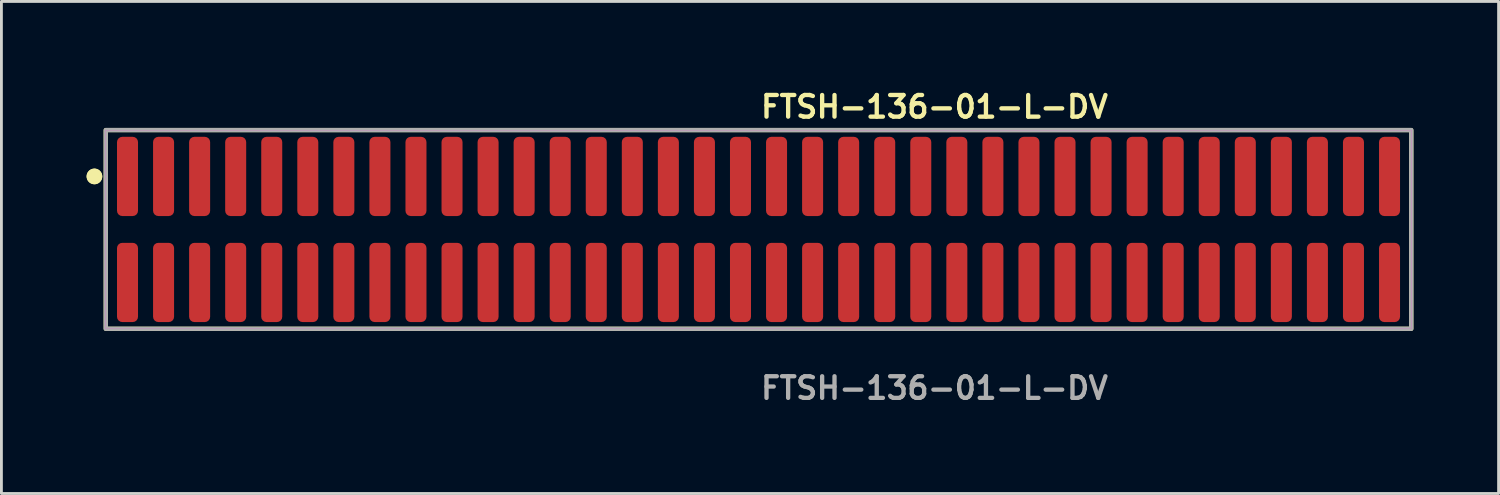
<source format=kicad_pcb>
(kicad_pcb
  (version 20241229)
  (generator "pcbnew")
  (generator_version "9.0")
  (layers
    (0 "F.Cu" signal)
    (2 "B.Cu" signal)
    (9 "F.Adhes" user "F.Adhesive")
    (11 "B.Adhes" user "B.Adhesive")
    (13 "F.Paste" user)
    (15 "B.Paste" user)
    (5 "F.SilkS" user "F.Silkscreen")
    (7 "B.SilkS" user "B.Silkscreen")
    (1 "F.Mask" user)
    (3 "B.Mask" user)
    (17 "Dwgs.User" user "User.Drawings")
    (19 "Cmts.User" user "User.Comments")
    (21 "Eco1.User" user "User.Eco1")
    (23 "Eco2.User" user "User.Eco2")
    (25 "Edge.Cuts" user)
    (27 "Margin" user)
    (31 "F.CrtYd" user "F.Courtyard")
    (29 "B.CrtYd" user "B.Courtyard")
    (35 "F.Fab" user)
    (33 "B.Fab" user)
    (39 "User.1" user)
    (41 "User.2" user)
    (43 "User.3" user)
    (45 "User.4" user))
  (footprint "FTSH-136-01-L-DV"
    (layer "F.Cu")
    (at 23.666 5.031)
    (property "Reference" "FTSH-136-01-L-DV" (at 0 -4.318 0) (unlocked yes) (layer "F.SilkS") (effects (font (size 0.762 0.762) (thickness 0.152)) (justify left)))
    (fp_rect (start -22.99 3.5) (end 22.99 -3.5) (stroke (width 0.152) (type solid)) (fill no) (layer "F.SilkS"))
    (fp_circle (center -23.39 -1.867) (end -23.59 -1.867) (stroke (width 0.152) (type solid)) (fill yes) (layer "F.SilkS"))
    (fp_circle (center -23.39 -1.867) (end -23.59 -1.867) (stroke (width 0.152) (type solid)) (fill yes) (layer "F.SilkS"))
    (fp_rect (start -22.99 3.5) (end 22.99 -3.5) (stroke (width 0.006) (type solid)) (fill no) (layer "F.CrtYd"))
    (fp_rect (start -22.99 3.5) (end 22.99 -3.5) (stroke (width 0.152) (type solid)) (fill no) (layer "F.Fab"))
    (fp_text user "${REFERENCE}" (at 0 5.588 0) (unlocked yes) (layer "F.Fab") (effects (font (size 0.762 0.762) (thickness 0.152)) (justify left)))
    (pad "1" smd roundrect (at -22.225 -1.867) (size 0.74 2.79) (layers "F.Cu" "F.Paste") (roundrect_rratio 0.25))
    (pad "2" smd roundrect (at -22.225 1.867) (size 0.74 2.79) (layers "F.Cu" "F.Paste") (roundrect_rratio 0.25))
    (pad "3" smd roundrect (at -20.955 -1.867) (size 0.74 2.79) (layers "F.Cu" "F.Paste") (roundrect_rratio 0.25))
    (pad "4" smd roundrect (at -20.955 1.867) (size 0.74 2.79) (layers "F.Cu" "F.Paste") (roundrect_rratio 0.25))
    (pad "5" smd roundrect (at -19.685 -1.867) (size 0.74 2.79) (layers "F.Cu" "F.Paste") (roundrect_rratio 0.25))
    (pad "6" smd roundrect (at -19.685 1.867) (size 0.74 2.79) (layers "F.Cu" "F.Paste") (roundrect_rratio 0.25))
    (pad "7" smd roundrect (at -18.415 -1.867) (size 0.74 2.79) (layers "F.Cu" "F.Paste") (roundrect_rratio 0.25))
    (pad "8" smd roundrect (at -18.415 1.867) (size 0.74 2.79) (layers "F.Cu" "F.Paste") (roundrect_rratio 0.25))
    (pad "9" smd roundrect (at -17.145 -1.867) (size 0.74 2.79) (layers "F.Cu" "F.Paste") (roundrect_rratio 0.25))
    (pad "10" smd roundrect (at -17.145 1.867) (size 0.74 2.79) (layers "F.Cu" "F.Paste") (roundrect_rratio 0.25))
    (pad "11" smd roundrect (at -15.875 -1.867) (size 0.74 2.79) (layers "F.Cu" "F.Paste") (roundrect_rratio 0.25))
    (pad "12" smd roundrect (at -15.875 1.867) (size 0.74 2.79) (layers "F.Cu" "F.Paste") (roundrect_rratio 0.25))
    (pad "13" smd roundrect (at -14.605 -1.867) (size 0.74 2.79) (layers "F.Cu" "F.Paste") (roundrect_rratio 0.25))
    (pad "14" smd roundrect (at -14.605 1.867) (size 0.74 2.79) (layers "F.Cu" "F.Paste") (roundrect_rratio 0.25))
    (pad "15" smd roundrect (at -13.335 -1.867) (size 0.74 2.79) (layers "F.Cu" "F.Paste") (roundrect_rratio 0.25))
    (pad "16" smd roundrect (at -13.335 1.867) (size 0.74 2.79) (layers "F.Cu" "F.Paste") (roundrect_rratio 0.25))
    (pad "17" smd roundrect (at -12.065 -1.867) (size 0.74 2.79) (layers "F.Cu" "F.Paste") (roundrect_rratio 0.25))
    (pad "18" smd roundrect (at -12.065 1.867) (size 0.74 2.79) (layers "F.Cu" "F.Paste") (roundrect_rratio 0.25))
    (pad "19" smd roundrect (at -10.795 -1.867) (size 0.74 2.79) (layers "F.Cu" "F.Paste") (roundrect_rratio 0.25))
    (pad "20" smd roundrect (at -10.795 1.867) (size 0.74 2.79) (layers "F.Cu" "F.Paste") (roundrect_rratio 0.25))
    (pad "21" smd roundrect (at -9.525 -1.867) (size 0.74 2.79) (layers "F.Cu" "F.Paste") (roundrect_rratio 0.25))
    (pad "22" smd roundrect (at -9.525 1.867) (size 0.74 2.79) (layers "F.Cu" "F.Paste") (roundrect_rratio 0.25))
    (pad "23" smd roundrect (at -8.255 -1.867) (size 0.74 2.79) (layers "F.Cu" "F.Paste") (roundrect_rratio 0.25))
    (pad "24" smd roundrect (at -8.255 1.867) (size 0.74 2.79) (layers "F.Cu" "F.Paste") (roundrect_rratio 0.25))
    (pad "25" smd roundrect (at -6.985 -1.867) (size 0.74 2.79) (layers "F.Cu" "F.Paste") (roundrect_rratio 0.25))
    (pad "26" smd roundrect (at -6.985 1.867) (size 0.74 2.79) (layers "F.Cu" "F.Paste") (roundrect_rratio 0.25))
    (pad "27" smd roundrect (at -5.715 -1.867) (size 0.74 2.79) (layers "F.Cu" "F.Paste") (roundrect_rratio 0.25))
    (pad "28" smd roundrect (at -5.715 1.867) (size 0.74 2.79) (layers "F.Cu" "F.Paste") (roundrect_rratio 0.25))
    (pad "29" smd roundrect (at -4.445 -1.867) (size 0.74 2.79) (layers "F.Cu" "F.Paste") (roundrect_rratio 0.25))
    (pad "30" smd roundrect (at -4.445 1.867) (size 0.74 2.79) (layers "F.Cu" "F.Paste") (roundrect_rratio 0.25))
    (pad "31" smd roundrect (at -3.175 -1.867) (size 0.74 2.79) (layers "F.Cu" "F.Paste") (roundrect_rratio 0.25))
    (pad "32" smd roundrect (at -3.175 1.867) (size 0.74 2.79) (layers "F.Cu" "F.Paste") (roundrect_rratio 0.25))
    (pad "33" smd roundrect (at -1.905 -1.867) (size 0.74 2.79) (layers "F.Cu" "F.Paste") (roundrect_rratio 0.25))
    (pad "34" smd roundrect (at -1.905 1.867) (size 0.74 2.79) (layers "F.Cu" "F.Paste") (roundrect_rratio 0.25))
    (pad "35" smd roundrect (at -0.635 -1.867) (size 0.74 2.79) (layers "F.Cu" "F.Paste") (roundrect_rratio 0.25))
    (pad "36" smd roundrect (at -0.635 1.867) (size 0.74 2.79) (layers "F.Cu" "F.Paste") (roundrect_rratio 0.25))
    (pad "37" smd roundrect (at 0.635 -1.867) (size 0.74 2.79) (layers "F.Cu" "F.Paste") (roundrect_rratio 0.25))
    (pad "38" smd roundrect (at 0.635 1.867) (size 0.74 2.79) (layers "F.Cu" "F.Paste") (roundrect_rratio 0.25))
    (pad "39" smd roundrect (at 1.905 -1.867) (size 0.74 2.79) (layers "F.Cu" "F.Paste") (roundrect_rratio 0.25))
    (pad "40" smd roundrect (at 1.905 1.867) (size 0.74 2.79) (layers "F.Cu" "F.Paste") (roundrect_rratio 0.25))
    (pad "41" smd roundrect (at 3.175 -1.867) (size 0.74 2.79) (layers "F.Cu" "F.Paste") (roundrect_rratio 0.25))
    (pad "42" smd roundrect (at 3.175 1.867) (size 0.74 2.79) (layers "F.Cu" "F.Paste") (roundrect_rratio 0.25))
    (pad "43" smd roundrect (at 4.445 -1.867) (size 0.74 2.79) (layers "F.Cu" "F.Paste") (roundrect_rratio 0.25))
    (pad "44" smd roundrect (at 4.445 1.867) (size 0.74 2.79) (layers "F.Cu" "F.Paste") (roundrect_rratio 0.25))
    (pad "45" smd roundrect (at 5.715 -1.867) (size 0.74 2.79) (layers "F.Cu" "F.Paste") (roundrect_rratio 0.25))
    (pad "46" smd roundrect (at 5.715 1.867) (size 0.74 2.79) (layers "F.Cu" "F.Paste") (roundrect_rratio 0.25))
    (pad "47" smd roundrect (at 6.985 -1.867) (size 0.74 2.79) (layers "F.Cu" "F.Paste") (roundrect_rratio 0.25))
    (pad "48" smd roundrect (at 6.985 1.867) (size 0.74 2.79) (layers "F.Cu" "F.Paste") (roundrect_rratio 0.25))
    (pad "49" smd roundrect (at 8.255 -1.867) (size 0.74 2.79) (layers "F.Cu" "F.Paste") (roundrect_rratio 0.25))
    (pad "50" smd roundrect (at 8.255 1.867) (size 0.74 2.79) (layers "F.Cu" "F.Paste") (roundrect_rratio 0.25))
    (pad "51" smd roundrect (at 9.525 -1.867) (size 0.74 2.79) (layers "F.Cu" "F.Paste") (roundrect_rratio 0.25))
    (pad "52" smd roundrect (at 9.525 1.867) (size 0.74 2.79) (layers "F.Cu" "F.Paste") (roundrect_rratio 0.25))
    (pad "53" smd roundrect (at 10.795 -1.867) (size 0.74 2.79) (layers "F.Cu" "F.Paste") (roundrect_rratio 0.25))
    (pad "54" smd roundrect (at 10.795 1.867) (size 0.74 2.79) (layers "F.Cu" "F.Paste") (roundrect_rratio 0.25))
    (pad "55" smd roundrect (at 12.065 -1.867) (size 0.74 2.79) (layers "F.Cu" "F.Paste") (roundrect_rratio 0.25))
    (pad "56" smd roundrect (at 12.065 1.867) (size 0.74 2.79) (layers "F.Cu" "F.Paste") (roundrect_rratio 0.25))
    (pad "57" smd roundrect (at 13.335 -1.867) (size 0.74 2.79) (layers "F.Cu" "F.Paste") (roundrect_rratio 0.25))
    (pad "58" smd roundrect (at 13.335 1.867) (size 0.74 2.79) (layers "F.Cu" "F.Paste") (roundrect_rratio 0.25))
    (pad "59" smd roundrect (at 14.605 -1.867) (size 0.74 2.79) (layers "F.Cu" "F.Paste") (roundrect_rratio 0.25))
    (pad "60" smd roundrect (at 14.605 1.867) (size 0.74 2.79) (layers "F.Cu" "F.Paste") (roundrect_rratio 0.25))
    (pad "61" smd roundrect (at 15.875 -1.867) (size 0.74 2.79) (layers "F.Cu" "F.Paste") (roundrect_rratio 0.25))
    (pad "62" smd roundrect (at 15.875 1.867) (size 0.74 2.79) (layers "F.Cu" "F.Paste") (roundrect_rratio 0.25))
    (pad "63" smd roundrect (at 17.145 -1.867) (size 0.74 2.79) (layers "F.Cu" "F.Paste") (roundrect_rratio 0.25))
    (pad "64" smd roundrect (at 17.145 1.867) (size 0.74 2.79) (layers "F.Cu" "F.Paste") (roundrect_rratio 0.25))
    (pad "65" smd roundrect (at 18.415 -1.867) (size 0.74 2.79) (layers "F.Cu" "F.Paste") (roundrect_rratio 0.25))
    (pad "66" smd roundrect (at 18.415 1.867) (size 0.74 2.79) (layers "F.Cu" "F.Paste") (roundrect_rratio 0.25))
    (pad "67" smd roundrect (at 19.685 -1.867) (size 0.74 2.79) (layers "F.Cu" "F.Paste") (roundrect_rratio 0.25))
    (pad "68" smd roundrect (at 19.685 1.867) (size 0.74 2.79) (layers "F.Cu" "F.Paste") (roundrect_rratio 0.25))
    (pad "69" smd roundrect (at 20.955 -1.867) (size 0.74 2.79) (layers "F.Cu" "F.Paste") (roundrect_rratio 0.25))
    (pad "70" smd roundrect (at 20.955 1.867) (size 0.74 2.79) (layers "F.Cu" "F.Paste") (roundrect_rratio 0.25))
    (pad "71" smd roundrect (at 22.225 -1.867) (size 0.74 2.79) (layers "F.Cu" "F.Paste") (roundrect_rratio 0.25))
    (pad "72" smd roundrect (at 22.225 1.867) (size 0.74 2.79) (layers "F.Cu" "F.Paste") (roundrect_rratio 0.25)))
  (gr_rect
    (start -3 -3)
    (end 49.732 14.332)
    (stroke (width 0.1) (type default))
    (fill no)
    (layer "Edge.Cuts")))
</source>
